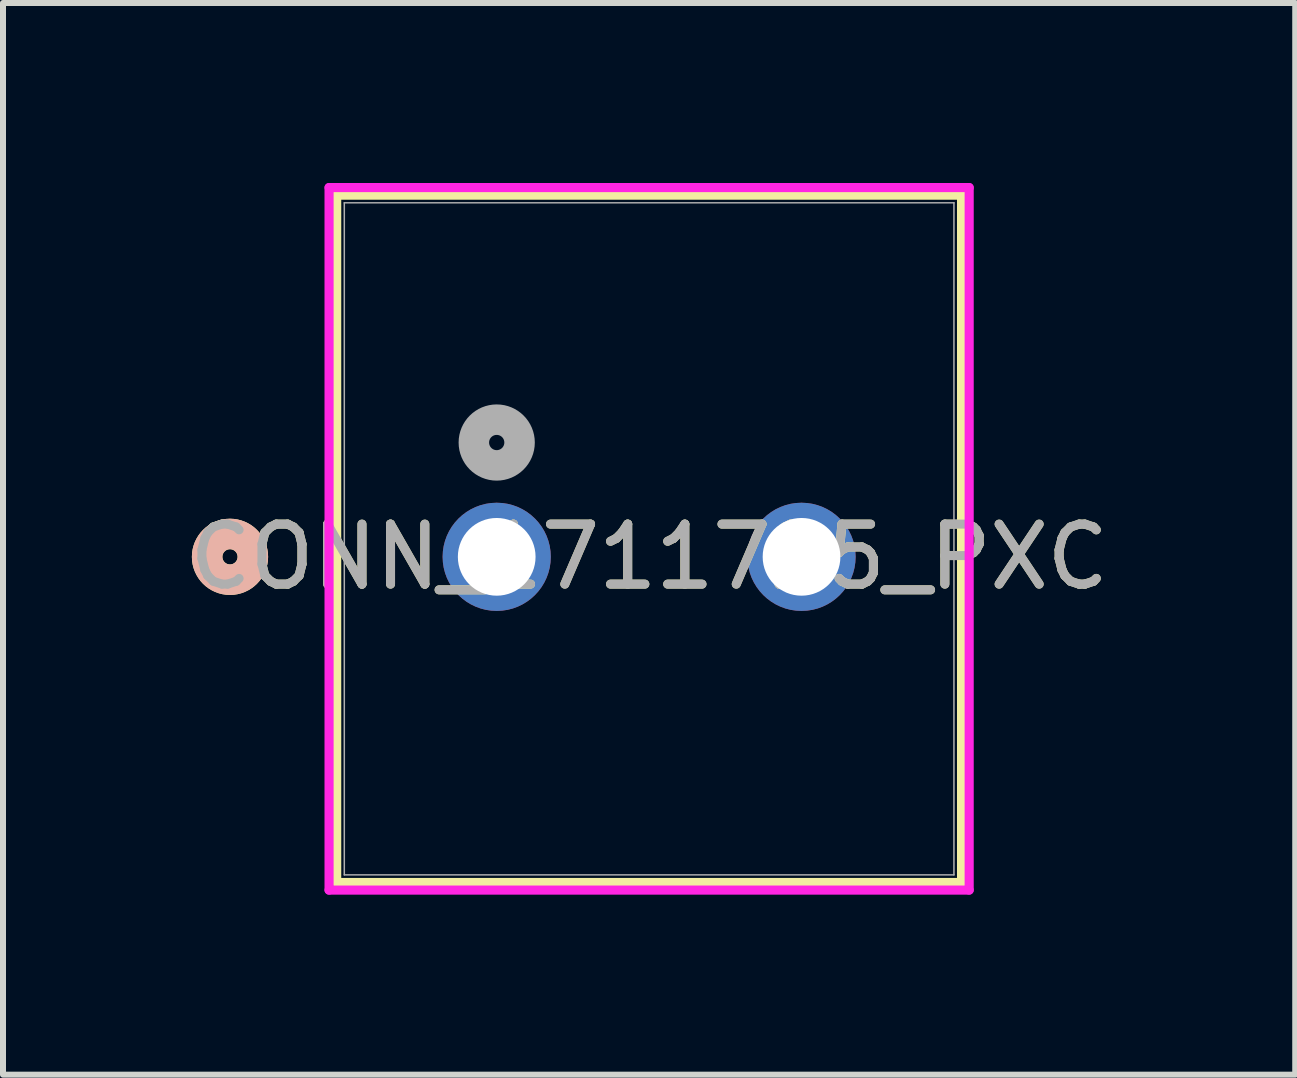
<source format=kicad_pcb>
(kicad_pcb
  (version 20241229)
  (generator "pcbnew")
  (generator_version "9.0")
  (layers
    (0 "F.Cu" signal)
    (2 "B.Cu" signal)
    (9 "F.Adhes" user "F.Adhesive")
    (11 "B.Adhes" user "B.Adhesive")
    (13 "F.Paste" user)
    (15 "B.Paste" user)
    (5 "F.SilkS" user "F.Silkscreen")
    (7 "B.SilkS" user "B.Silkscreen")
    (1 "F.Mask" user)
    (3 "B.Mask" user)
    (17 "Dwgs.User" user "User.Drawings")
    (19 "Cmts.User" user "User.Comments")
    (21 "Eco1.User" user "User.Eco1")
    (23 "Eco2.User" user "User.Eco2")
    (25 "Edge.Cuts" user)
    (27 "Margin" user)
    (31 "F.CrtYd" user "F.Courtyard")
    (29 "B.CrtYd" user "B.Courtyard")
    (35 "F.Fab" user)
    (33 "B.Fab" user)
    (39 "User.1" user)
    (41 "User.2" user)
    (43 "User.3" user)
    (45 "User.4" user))
  (footprint "CONN_1711725_PXC"
    (layer "F.Cu")
    (at 5.228 6.23)
    (property "Reference" "CONN_1711725_PXC" (at 2.54 0 0) (unlocked yes) (layer "F.SilkS") (effects (font (size 1 1) (thickness 0.15))))
    (attr through_hole)
    (fp_line (start -2.667 -6.027) (end -2.667 5.427) (stroke (width 0.152) (type solid)) (layer "F.SilkS"))
    (fp_line (start -2.667 5.427) (end 7.747 5.427) (stroke (width 0.152) (type solid)) (layer "F.SilkS"))
    (fp_line (start 7.747 -6.027) (end -2.667 -6.027) (stroke (width 0.152) (type solid)) (layer "F.SilkS"))
    (fp_line (start 7.747 5.427) (end 7.747 -6.027) (stroke (width 0.152) (type solid)) (layer "F.SilkS"))
    (fp_circle (center -4.445 0) (end -4.064 0) (stroke (width 0.508) (type solid)) (fill no) (layer "F.SilkS"))
    (fp_circle (center -4.445 0) (end -4.064 0) (stroke (width 0.508) (type solid)) (fill no) (layer "B.SilkS"))
    (fp_line (start -2.794 -6.154) (end -2.794 5.554) (stroke (width 0.152) (type solid)) (layer "F.CrtYd"))
    (fp_line (start -2.794 5.554) (end 7.874 5.554) (stroke (width 0.152) (type solid)) (layer "F.CrtYd"))
    (fp_line (start 7.874 -6.154) (end -2.794 -6.154) (stroke (width 0.152) (type solid)) (layer "F.CrtYd"))
    (fp_line (start 7.874 5.554) (end 7.874 -6.154) (stroke (width 0.152) (type solid)) (layer "F.CrtYd"))
    (fp_line (start -2.54 -5.9) (end -2.54 5.3) (stroke (width 0.025) (type solid)) (layer "F.Fab"))
    (fp_line (start -2.54 5.3) (end 7.62 5.3) (stroke (width 0.025) (type solid)) (layer "F.Fab"))
    (fp_line (start 7.62 -5.9) (end -2.54 -5.9) (stroke (width 0.025) (type solid)) (layer "F.Fab"))
    (fp_line (start 7.62 5.3) (end 7.62 -5.9) (stroke (width 0.025) (type solid)) (layer "F.Fab"))
    (fp_circle (center 0 -1.905) (end 0.381 -1.905) (stroke (width 0.508) (type solid)) (fill no) (layer "F.Fab"))
    (fp_text user "${REFERENCE}" (at 2.54 0 0) (unlocked yes) (layer "F.Fab") (effects (font (size 1 1) (thickness 0.15))))
    (pad "1" thru_hole circle (at 0 0) (size 1.803 1.803) (drill 1.295) (layers "*.Cu" "*.Mask"))
    (pad "2" thru_hole circle (at 5.08 0) (size 1.803 1.803) (drill 1.295) (layers "*.Cu" "*.Mask")))
  (gr_rect
    (start -3 -3)
    (end 18.536 14.86)
    (stroke (width 0.1) (type default))
    (fill no)
    (layer "Edge.Cuts")))
</source>
